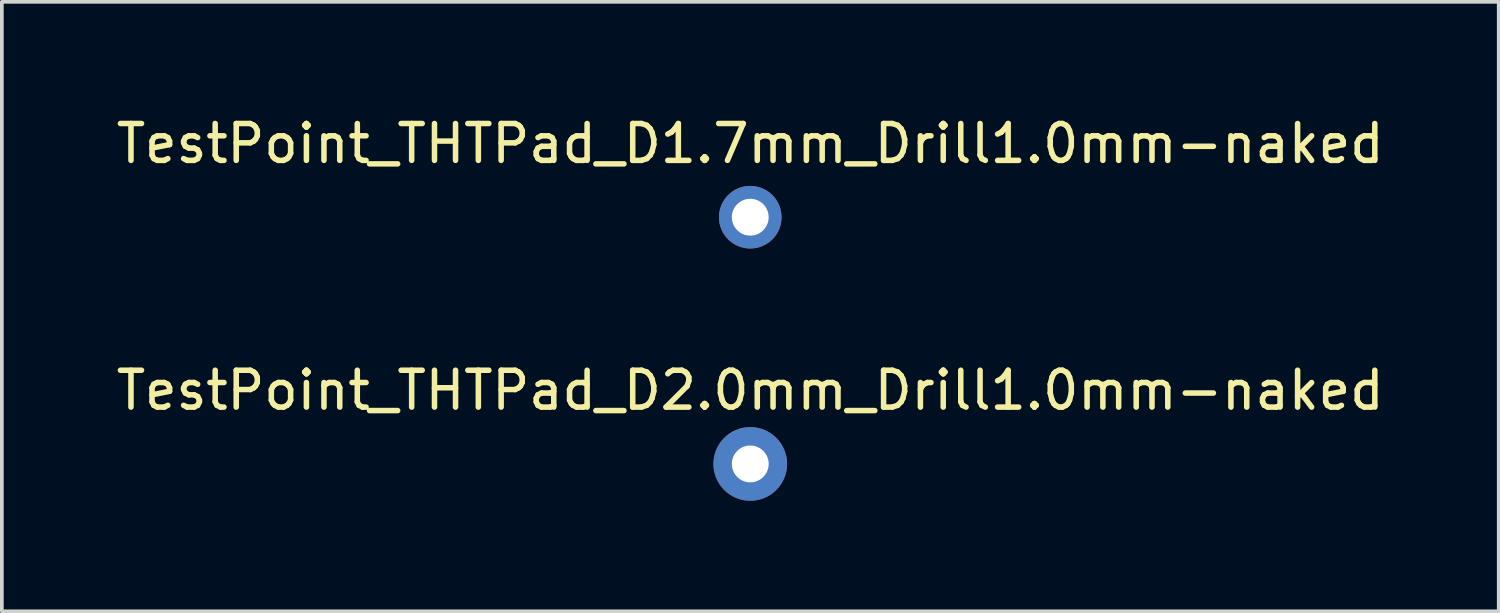
<source format=kicad_pcb>
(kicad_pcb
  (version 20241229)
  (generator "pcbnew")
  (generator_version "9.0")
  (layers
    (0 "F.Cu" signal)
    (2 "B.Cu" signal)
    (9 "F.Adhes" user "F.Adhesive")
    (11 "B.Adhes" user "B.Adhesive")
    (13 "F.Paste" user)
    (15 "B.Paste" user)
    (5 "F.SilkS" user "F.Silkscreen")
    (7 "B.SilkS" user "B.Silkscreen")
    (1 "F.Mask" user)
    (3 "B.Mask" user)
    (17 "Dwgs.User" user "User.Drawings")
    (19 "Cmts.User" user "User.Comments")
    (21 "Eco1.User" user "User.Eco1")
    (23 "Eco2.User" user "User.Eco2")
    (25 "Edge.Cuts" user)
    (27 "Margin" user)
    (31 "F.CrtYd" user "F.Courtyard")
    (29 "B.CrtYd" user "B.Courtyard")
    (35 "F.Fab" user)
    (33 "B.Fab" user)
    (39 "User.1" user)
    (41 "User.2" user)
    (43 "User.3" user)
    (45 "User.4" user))
  (footprint "TestPoint_THTPad_D2.0mm_Drill1.0mm-naked"
    (layer "F.Cu")
    (at 17.315 9.543)
    (property "Reference" "TestPoint_THTPad_D2.0mm_Drill1.0mm-naked" (at 0 -1.998 0) (layer "F.SilkS") (effects (font (size 1 1) (thickness 0.15))))
    (attr exclude_from_pos_files exclude_from_bom)
    (pad "1" thru_hole circle (at 0 0) (size 2 2) (drill 1) (layers "*.Cu" "*.Mask")))
  (footprint "TestPoint_THTPad_D1.7mm_Drill1.0mm-naked"
    (layer "F.Cu")
    (at 17.315 2.846)
    (property "Reference" "TestPoint_THTPad_D1.7mm_Drill1.0mm-naked" (at 0 -1.998 0) (layer "F.SilkS") (effects (font (size 1 1) (thickness 0.15))))
    (attr exclude_from_pos_files exclude_from_bom)
    (pad "1" thru_hole circle (at 0 0) (size 1.7 1.7) (drill 1) (layers "*.Cu" "*.Mask")))
  (gr_rect
    (start -3 -3)
    (end 37.631 13.543)
    (stroke (width 0.1) (type default))
    (fill no)
    (layer "Edge.Cuts")))
</source>
